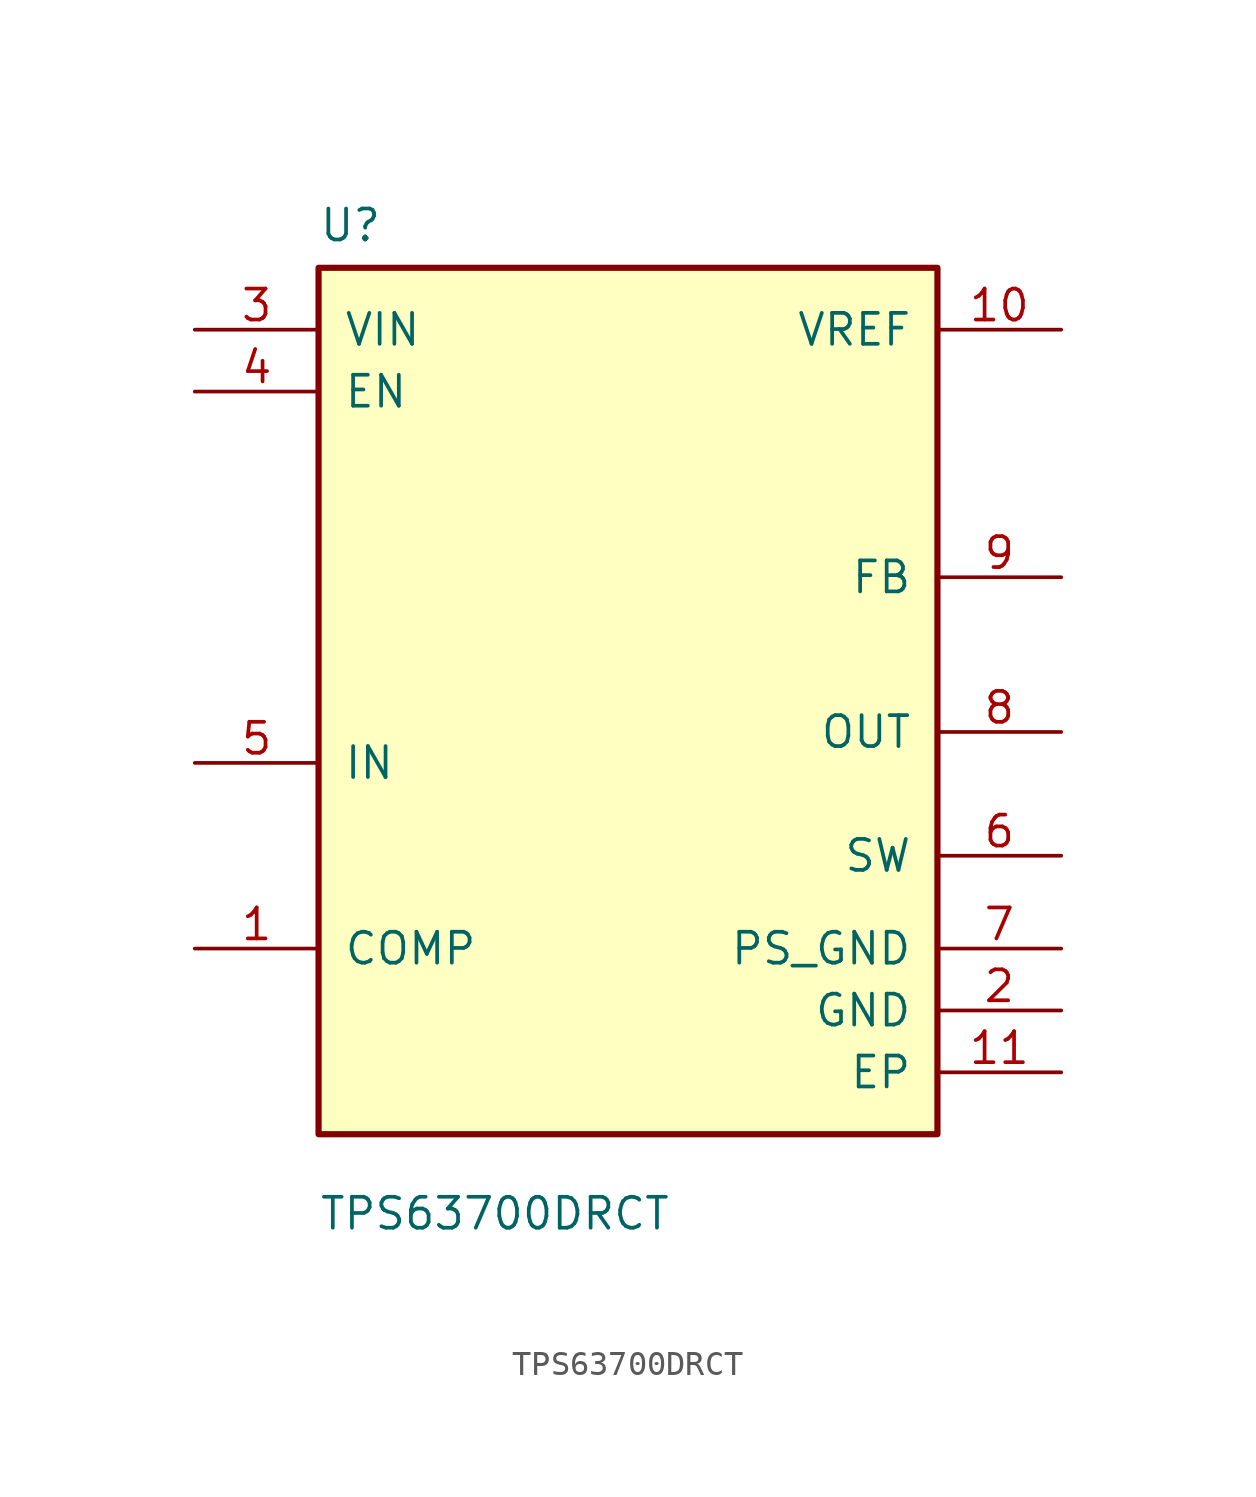
<source format=kicad_sym>
(kicad_symbol_lib
  (version 20220914)
  (generator kicad_symbol_editor)
  (symbol "TPS63700DRCT"
    (pin_names
      (offset 1.016))
    (property "Reference" "U"
      (at -12.7 18.78 0)
      (effects (font (size 1.27 1.27)) (justify left bottom)))
    (property "Value" "TPS63700DRCT"
      (at -12.7 -21.78 0)
      (effects (font (size 1.27 1.27)) (justify left bottom)))
    (symbol "TPS63700DRCT_1_0"
      (rectangle (start -12.7 17.78) (end 12.7 -17.78) (stroke (width 0.254) (type default)) (fill (type background)))
      (pin bidirectional line (at -17.78 -10.16 0) (length 5.08) (name "COMP" (effects (font (size 1.27 1.27)))) (number "1" (effects (font (size 1.27 1.27)))))
      (pin output line (at 17.78 15.24 180) (length 5.08) (name "VREF" (effects (font (size 1.27 1.27)))) (number "10" (effects (font (size 1.27 1.27)))))
      (pin bidirectional line (at 17.78 -15.24 180) (length 5.08) (name "EP" (effects (font (size 1.27 1.27)))) (number "11" (effects (font (size 1.27 1.27)))))
      (pin power_in line (at 17.78 -12.7 180) (length 5.08) (name "GND" (effects (font (size 1.27 1.27)))) (number "2" (effects (font (size 1.27 1.27)))))
      (pin input line (at -17.78 15.24 0) (length 5.08) (name "VIN" (effects (font (size 1.27 1.27)))) (number "3" (effects (font (size 1.27 1.27)))))
      (pin input line (at -17.78 12.7 0) (length 5.08) (name "EN" (effects (font (size 1.27 1.27)))) (number "4" (effects (font (size 1.27 1.27)))))
      (pin input line (at -17.78 -2.54 0) (length 5.08) (name "IN" (effects (font (size 1.27 1.27)))) (number "5" (effects (font (size 1.27 1.27)))))
      (pin output line (at 17.78 -6.35 180) (length 5.08) (name "SW" (effects (font (size 1.27 1.27)))) (number "6" (effects (font (size 1.27 1.27)))))
      (pin power_in line (at 17.78 -10.16 180) (length 5.08) (name "PS_GND" (effects (font (size 1.27 1.27)))) (number "7" (effects (font (size 1.27 1.27)))))
      (pin input line (at 17.78 -1.27 180) (length 5.08) (name "OUT" (effects (font (size 1.27 1.27)))) (number "8" (effects (font (size 1.27 1.27)))))
      (pin input line (at 17.78 5.08 180) (length 5.08) (name "FB" (effects (font (size 1.27 1.27)))) (number "9" (effects (font (size 1.27 1.27))))))))
</source>
